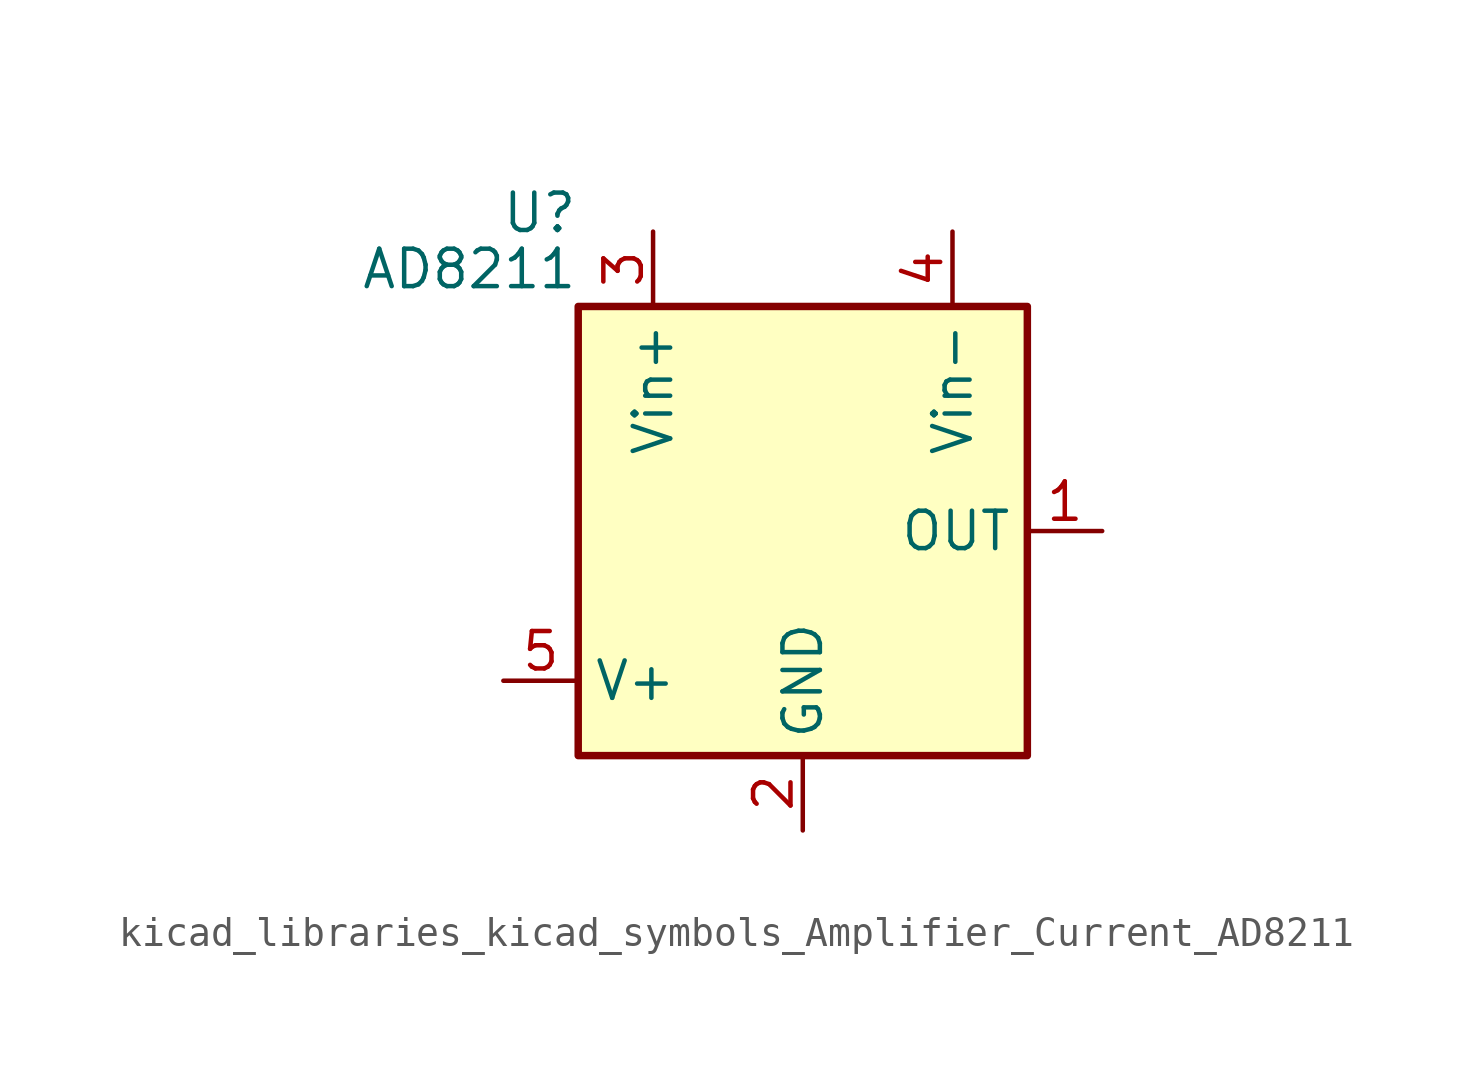
<source format=kicad_sym>
(kicad_symbol_lib
  (version 20220914)
  (generator kicad_symbol_editor)
  (symbol "kicad_libraries_kicad_symbols_Amplifier_Current_AD8211"
    (property "Reference" "U"
      (at -7.62 10.795 0)
      (effects (font (size 1.27 1.27)) (justify right)))
    (property "Value" "AD8211"
      (at -7.62 8.89 0)
      (effects (font (size 1.27 1.27)) (justify right)))
    (symbol "kicad_libraries_kicad_symbols_Amplifier_Current_AD8211_0_1"
      (rectangle (start -7.62 7.62) (end 7.62 -7.62) (stroke (width 0.254) (type default)) (fill (type background))))
    (symbol "kicad_libraries_kicad_symbols_Amplifier_Current_AD8211_1_1"
      (pin output line (at 10.16 0 180) (length 2.54) (name "OUT" (effects (font (size 1.27 1.27)))) (number "1" (effects (font (size 1.27 1.27)))))
      (pin power_in line (at 0 -10.16 90) (length 2.54) (name "GND" (effects (font (size 1.27 1.27)))) (number "2" (effects (font (size 1.27 1.27)))))
      (pin input line (at -5.08 10.16 270) (length 2.54) (name "Vin+" (effects (font (size 1.27 1.27)))) (number "3" (effects (font (size 1.27 1.27)))))
      (pin input line (at 5.08 10.16 270) (length 2.54) (name "Vin-" (effects (font (size 1.27 1.27)))) (number "4" (effects (font (size 1.27 1.27)))))
      (pin power_in line (at -10.16 -5.08 0) (length 2.54) (name "V+" (effects (font (size 1.27 1.27)))) (number "5" (effects (font (size 1.27 1.27))))))))
</source>
